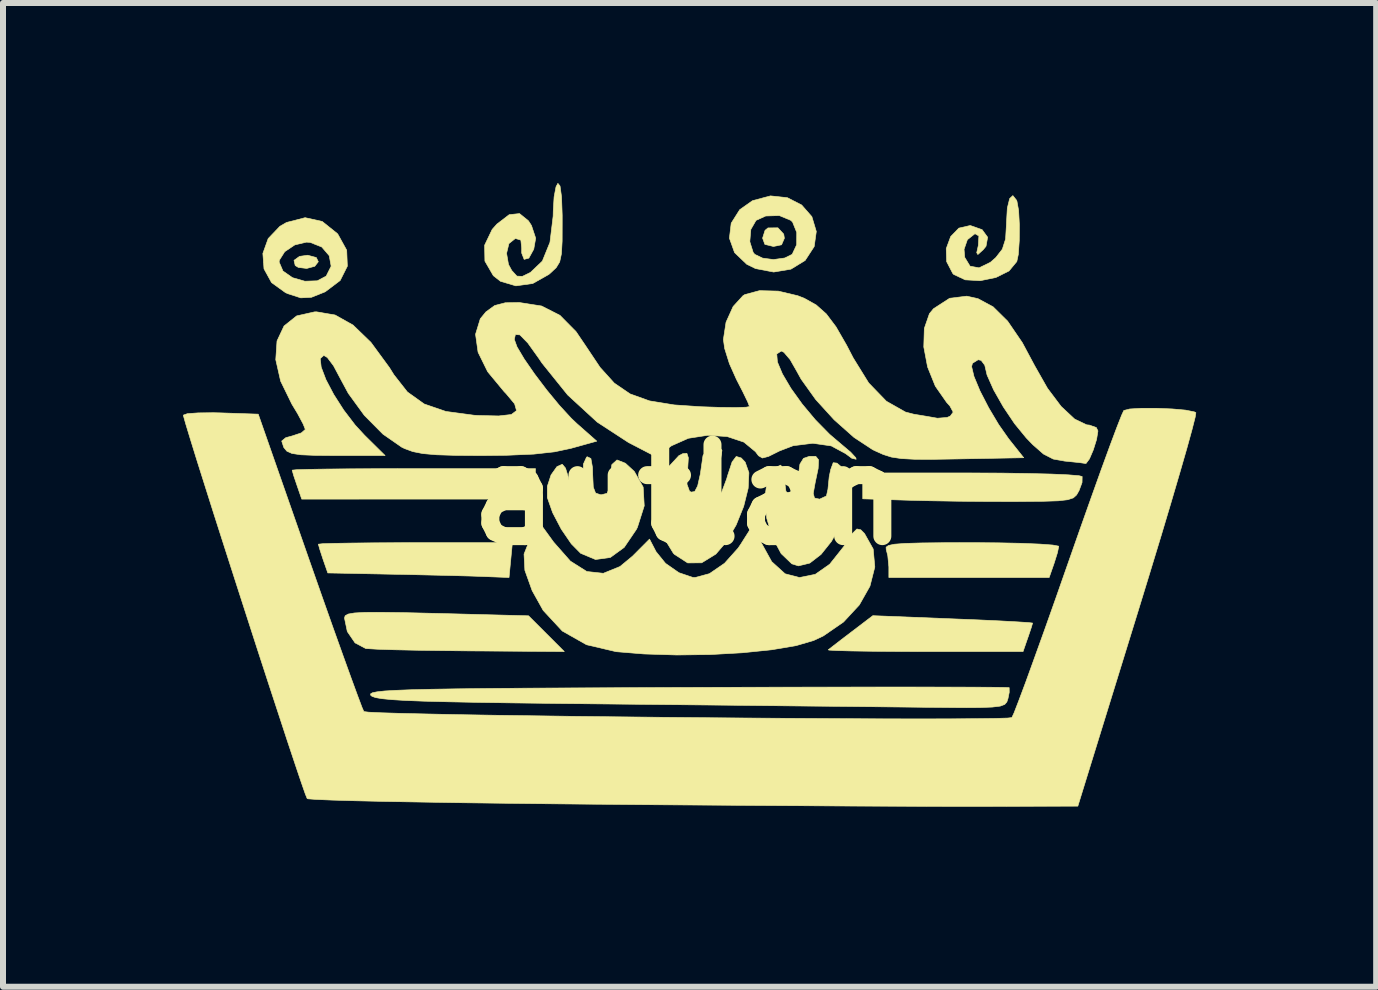
<source format=kicad_pcb>
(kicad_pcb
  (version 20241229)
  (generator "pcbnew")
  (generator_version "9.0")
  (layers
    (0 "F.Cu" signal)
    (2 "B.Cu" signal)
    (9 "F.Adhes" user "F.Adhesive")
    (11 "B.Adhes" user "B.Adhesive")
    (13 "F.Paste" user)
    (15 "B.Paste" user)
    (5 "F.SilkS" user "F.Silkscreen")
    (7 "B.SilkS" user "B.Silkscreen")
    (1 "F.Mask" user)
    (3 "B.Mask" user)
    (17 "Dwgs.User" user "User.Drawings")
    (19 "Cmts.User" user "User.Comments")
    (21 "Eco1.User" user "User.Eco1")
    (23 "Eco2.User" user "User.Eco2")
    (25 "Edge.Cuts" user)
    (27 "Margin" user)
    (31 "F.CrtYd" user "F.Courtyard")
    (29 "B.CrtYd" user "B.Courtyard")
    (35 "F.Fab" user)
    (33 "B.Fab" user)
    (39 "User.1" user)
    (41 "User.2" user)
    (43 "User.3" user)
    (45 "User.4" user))
  (footprint "autlan"
    (layer "F.Cu")
    (at 8.423 5.194)
    (property "Reference" "autlan" (at 0 0 0) (layer "F.SilkS") (effects (font (size 1.524 1.524) (thickness 0.3))))
    (attr through_hole)
    (fp_poly (pts (xy -6.203 -3.953) (xy -6.169 -3.883) (xy -6.228 -3.807) (xy -6.362 -3.771) (xy -6.502 -3.788) (xy -6.554 -3.82) (xy -6.574 -3.906) (xy -6.482 -3.972) (xy -6.346 -3.991) (xy -6.203 -3.953)) (stroke (width 0.01) (type solid)) (fill yes) (layer "F.SilkS"))
    (fp_poly (pts (xy 1.586 -4.343) (xy 1.597 -4.274) (xy 1.55 -4.165) (xy 1.415 -4.137) (xy 1.272 -4.172) (xy 1.234 -4.276) (xy 1.275 -4.406) (xy 1.324 -4.446) (xy 1.489 -4.448) (xy 1.586 -4.343)) (stroke (width 0.01) (type solid)) (fill yes) (layer "F.SilkS"))
    (fp_poly (pts (xy -2.563 -0.182) (xy -2.576 0.072) (xy -4.51 0.072) (xy -6.445 0.073) (xy -6.524 -0.156) (xy -6.579 -0.318) (xy -6.604 -0.407) (xy -6.604 -0.41) (xy -6.534 -0.417) (xy -6.338 -0.423) (xy -6.034 -0.428) (xy -5.639 -0.432) (xy -5.173 -0.434) (xy -4.653 -0.435) (xy -4.577 -0.435) (xy -2.55 -0.435) (xy -2.563 -0.182)) (stroke (width 0.01) (type solid)) (fill yes) (layer "F.SilkS"))
    (fp_poly (pts (xy -2.963 1.089) (xy -2.991 1.379) (xy -3.4 1.363) (xy -3.622 1.355) (xy -3.951 1.346) (xy -4.346 1.337) (xy -4.77 1.327) (xy -4.91 1.325) (xy -6.011 1.303) (xy -6.09 1.076) (xy -6.143 0.914) (xy -6.168 0.826) (xy -6.169 0.824) (xy -6.099 0.816) (xy -5.906 0.81) (xy -5.608 0.805) (xy -5.227 0.801) (xy -4.783 0.799) (xy -4.552 0.798) (xy -2.935 0.798) (xy -2.963 1.089)) (stroke (width 0.01) (type solid)) (fill yes) (layer "F.SilkS"))
    (fp_poly (pts (xy -4.751 1.964) (xy -4.251 1.976) (xy -4.2 1.977) (xy -2.666 2.017) (xy -2.368 2.315) (xy -2.07 2.613) (xy -3.63 2.602) (xy -4.102 2.597) (xy -4.536 2.591) (xy -4.905 2.583) (xy -5.185 2.574) (xy -5.353 2.564) (xy -5.379 2.562) (xy -5.557 2.468) (xy -5.686 2.279) (xy -5.733 2.054) (xy -5.721 2.016) (xy -5.671 1.988) (xy -5.568 1.97) (xy -5.391 1.96) (xy -5.125 1.959) (xy -4.751 1.964)) (stroke (width 0.01) (type solid)) (fill yes) (layer "F.SilkS"))
    (fp_poly (pts (xy 4.402 2.068) (xy 4.823 2.085) (xy 5.19 2.102) (xy 5.479 2.118) (xy 5.667 2.13) (xy 5.733 2.138) (xy 5.712 2.211) (xy 5.66 2.365) (xy 5.653 2.384) (xy 5.574 2.613) (xy 3.936 2.613) (xy 3.468 2.611) (xy 3.055 2.608) (xy 2.717 2.603) (xy 2.473 2.596) (xy 2.344 2.589) (xy 2.328 2.584) (xy 2.398 2.529) (xy 2.548 2.413) (xy 2.715 2.286) (xy 3.071 2.015) (xy 4.402 2.068)) (stroke (width 0.01) (type solid)) (fill yes) (layer "F.SilkS"))
    (fp_poly (pts (xy 5.152 0.801) (xy 5.54 0.809) (xy 5.853 0.822) (xy 6.069 0.838) (xy 6.165 0.856) (xy 6.169 0.86) (xy 6.147 0.966) (xy 6.093 1.139) (xy 6.089 1.15) (xy 6.009 1.379) (xy 3.338 1.379) (xy 3.338 1.203) (xy 3.32 1.015) (xy 3.294 0.913) (xy 3.292 0.874) (xy 3.332 0.845) (xy 3.432 0.824) (xy 3.608 0.811) (xy 3.879 0.803) (xy 4.262 0.799) (xy 4.709 0.798) (xy 5.152 0.801)) (stroke (width 0.01) (type solid)) (fill yes) (layer "F.SilkS"))
    (fp_poly (pts (xy 5.211 -0.361) (xy 5.659 -0.354) (xy 6.038 -0.345) (xy 6.327 -0.332) (xy 6.507 -0.317) (xy 6.559 -0.304) (xy 6.557 -0.203) (xy 6.507 -0.069) (xy 6.466 0.003) (xy 6.412 0.052) (xy 6.318 0.083) (xy 6.161 0.101) (xy 5.914 0.109) (xy 5.554 0.112) (xy 5.441 0.113) (xy 4.984 0.112) (xy 4.489 0.108) (xy 4.02 0.1) (xy 3.683 0.092) (xy 2.903 0.068) (xy 2.903 -0.363) (xy 4.713 -0.363) (xy 5.211 -0.361)) (stroke (width 0.01) (type solid)) (fill yes) (layer "F.SilkS"))
    (fp_poly (pts (xy 1.647 -4.95) (xy 1.885 -4.828) (xy 2.055 -4.634) (xy 2.129 -4.387) (xy 2.094 -4.136) (xy 1.943 -3.904) (xy 1.706 -3.759) (xy 1.418 -3.711) (xy 1.116 -3.769) (xy 0.971 -3.84) (xy 0.767 -4.035) (xy 0.702 -4.217) (xy 1.021 -4.217) (xy 1.077 -4.038) (xy 1.103 -4.006) (xy 1.234 -3.943) (xy 1.415 -3.919) (xy 1.603 -3.945) (xy 1.727 -4.006) (xy 1.802 -4.166) (xy 1.803 -4.371) (xy 1.734 -4.543) (xy 1.705 -4.572) (xy 1.513 -4.652) (xy 1.286 -4.645) (xy 1.125 -4.572) (xy 1.038 -4.421) (xy 1.021 -4.217) (xy 0.702 -4.217) (xy 0.681 -4.275) (xy 0.711 -4.525) (xy 0.853 -4.75) (xy 1.066 -4.9) (xy 1.365 -4.98) (xy 1.647 -4.95)) (stroke (width 0.01) (type solid)) (fill yes) (layer "F.SilkS"))
    (fp_poly (pts (xy -6.104 -4.554) (xy -5.851 -4.351) (xy -5.844 -4.343) (xy -5.696 -4.075) (xy -5.685 -3.809) (xy -5.805 -3.57) (xy -6.051 -3.384) (xy -6.063 -3.378) (xy -6.284 -3.29) (xy -6.462 -3.281) (xy -6.672 -3.349) (xy -6.715 -3.367) (xy -6.948 -3.535) (xy -7.074 -3.764) (xy -7.082 -3.877) (xy -6.822 -3.877) (xy -6.758 -3.728) (xy -6.599 -3.617) (xy -6.393 -3.558) (xy -6.186 -3.565) (xy -6.038 -3.643) (xy -5.955 -3.808) (xy -5.987 -3.983) (xy -6.111 -4.128) (xy -6.305 -4.205) (xy -6.368 -4.209) (xy -6.561 -4.163) (xy -6.729 -4.05) (xy -6.818 -3.909) (xy -6.822 -3.877) (xy -7.082 -3.877) (xy -7.093 -4.021) (xy -7.004 -4.269) (xy -6.808 -4.474) (xy -6.699 -4.537) (xy -6.389 -4.617) (xy -6.104 -4.554)) (stroke (width 0.01) (type solid)) (fill yes) (layer "F.SilkS"))
    (fp_poly (pts (xy -1.627 -0.604) (xy -1.6 -0.452) (xy -1.597 -0.333) (xy -1.587 -0.126) (xy -1.549 -0.028) (xy -1.466 -0.000259) (xy -1.451 0) (xy -1.356 -0.024) (xy -1.315 -0.123) (xy -1.306 -0.29) (xy -1.278 -0.502) (xy -1.192 -0.58) (xy -1.052 -0.525) (xy -0.904 -0.389) (xy -0.756 -0.128) (xy -0.738 0.185) (xy -0.851 0.541) (xy -0.87 0.579) (xy -1.072 0.877) (xy -1.303 1.045) (xy -1.55 1.079) (xy -1.797 0.976) (xy -1.953 0.818) (xy -2.12 0.574) (xy -2.264 0.299) (xy -2.353 0.047) (xy -2.353 -0.14) (xy -2.291 -0.33) (xy -2.192 -0.469) (xy -2.104 -0.508) (xy -2.05 -0.444) (xy -2 -0.284) (xy -1.987 -0.218) (xy -1.93 -0.014) (xy -1.849 0.071) (xy -1.838 0.073) (xy -1.774 0.033) (xy -1.751 -0.103) (xy -1.756 -0.265) (xy -1.752 -0.511) (xy -1.699 -0.627) (xy -1.687 -0.633) (xy -1.627 -0.604)) (stroke (width 0.01) (type solid)) (fill yes) (layer "F.SilkS"))
    (fp_poly (pts (xy 2.12 -0.64) (xy 2.167 -0.582) (xy 2.16 -0.438) (xy 2.11 -0.2) (xy 2.078 -0.022) (xy 2.099 0.055) (xy 2.183 0.073) (xy 2.185 0.073) (xy 2.298 0.02) (xy 2.323 -0.091) (xy 2.344 -0.3) (xy 2.369 -0.42) (xy 2.411 -0.534) (xy 2.474 -0.527) (xy 2.549 -0.463) (xy 2.655 -0.285) (xy 2.678 -0.045) (xy 2.631 0.23) (xy 2.527 0.512) (xy 2.382 0.776) (xy 2.208 0.994) (xy 2.02 1.139) (xy 1.831 1.185) (xy 1.721 1.151) (xy 1.543 0.98) (xy 1.4 0.713) (xy 1.304 0.395) (xy 1.269 0.074) (xy 1.306 -0.203) (xy 1.337 -0.279) (xy 1.452 -0.456) (xy 1.537 -0.494) (xy 1.587 -0.394) (xy 1.597 -0.254) (xy 1.623 -0.058) (xy 1.685 0.013) (xy 1.758 -0.036) (xy 1.814 -0.198) (xy 1.828 -0.308) (xy 1.856 -0.51) (xy 1.916 -0.607) (xy 2.014 -0.64) (xy 2.12 -0.64)) (stroke (width 0.01) (type solid)) (fill yes) (layer "F.SilkS"))
    (fp_poly (pts (xy 5.465 -4.908) (xy 5.472 -4.892) (xy 5.5 -4.737) (xy 5.513 -4.497) (xy 5.511 -4.232) (xy 5.495 -4.004) (xy 5.47 -3.886) (xy 5.34 -3.729) (xy 5.121 -3.62) (xy 4.861 -3.567) (xy 4.611 -3.581) (xy 4.42 -3.67) (xy 4.402 -3.689) (xy 4.301 -3.884) (xy 4.294 -4.101) (xy 4.368 -4.302) (xy 4.505 -4.443) (xy 4.692 -4.486) (xy 4.699 -4.485) (xy 4.892 -4.417) (xy 4.984 -4.291) (xy 4.957 -4.141) (xy 4.911 -4.084) (xy 4.821 -4.003) (xy 4.802 -4.033) (xy 4.829 -4.155) (xy 4.838 -4.312) (xy 4.773 -4.35) (xy 4.654 -4.256) (xy 4.645 -4.246) (xy 4.591 -4.09) (xy 4.602 -3.956) (xy 4.691 -3.809) (xy 4.841 -3.781) (xy 5.03 -3.873) (xy 5.12 -3.952) (xy 5.229 -4.092) (xy 5.283 -4.261) (xy 5.298 -4.515) (xy 5.298 -4.528) (xy 5.312 -4.777) (xy 5.351 -4.935) (xy 5.404 -4.985) (xy 5.465 -4.908)) (stroke (width 0.01) (type solid)) (fill yes) (layer "F.SilkS"))
    (fp_poly (pts (xy -2.141 -5.144) (xy -2.116 -4.964) (xy -2.105 -4.656) (xy -2.105 -4.546) (xy -2.106 -4.226) (xy -2.118 -4.015) (xy -2.147 -3.88) (xy -2.204 -3.786) (xy -2.298 -3.697) (xy -2.328 -3.671) (xy -2.596 -3.52) (xy -2.877 -3.481) (xy -3.134 -3.557) (xy -3.253 -3.651) (xy -3.393 -3.893) (xy -3.398 -4.158) (xy -3.272 -4.421) (xy -3.193 -4.51) (xy -2.988 -4.667) (xy -2.816 -4.685) (xy -2.668 -4.565) (xy -2.617 -4.486) (xy -2.547 -4.275) (xy -2.579 -4.092) (xy -2.661 -3.943) (xy -2.739 -3.922) (xy -2.78 -4.027) (xy -2.78 -4.109) (xy -2.794 -4.243) (xy -2.88 -4.269) (xy -2.889 -4.268) (xy -2.993 -4.185) (xy -3.032 -4.023) (xy -3 -3.837) (xy -2.946 -3.737) (xy -2.86 -3.643) (xy -2.768 -3.639) (xy -2.635 -3.704) (xy -2.436 -3.893) (xy -2.309 -4.206) (xy -2.256 -4.642) (xy -2.254 -4.731) (xy -2.24 -4.964) (xy -2.208 -5.132) (xy -2.177 -5.189) (xy -2.141 -5.144)) (stroke (width 0.01) (type solid)) (fill yes) (layer "F.SilkS"))
    (fp_poly (pts (xy 0.557 -0.74) (xy 0.539 -0.622) (xy 0.463 -0.408) (xy 0.395 -0.237) (xy 0.344 -0.059) (xy 0.365 0.038) (xy 0.367 0.039) (xy 0.465 0.055) (xy 0.551 -0.04) (xy 0.635 -0.263) (xy 0.653 -0.325) (xy 0.726 -0.547) (xy 0.795 -0.638) (xy 0.878 -0.613) (xy 0.944 -0.543) (xy 1.006 -0.367) (xy 0.994 -0.109) (xy 0.919 0.193) (xy 0.793 0.505) (xy 0.627 0.789) (xy 0.455 0.989) (xy 0.219 1.134) (xy -0.014 1.136) (xy -0.235 0.993) (xy -0.254 0.973) (xy -0.4 0.733) (xy -0.476 0.432) (xy -0.487 0.105) (xy -0.435 -0.209) (xy -0.325 -0.474) (xy -0.16 -0.652) (xy -0.095 -0.685) (xy -0.027 -0.69) (xy -0.003 -0.616) (xy -0.014 -0.432) (xy -0.017 -0.405) (xy -0.026 -0.175) (xy 0.016 -0.06) (xy 0.043 -0.044) (xy 0.103 -0.053) (xy 0.152 -0.147) (xy 0.197 -0.347) (xy 0.241 -0.653) (xy 0.315 -0.747) (xy 0.425 -0.786) (xy 0.519 -0.787) (xy 0.557 -0.74)) (stroke (width 0.01) (type solid)) (fill yes) (layer "F.SilkS"))
    (fp_poly (pts (xy 1.197 0.772) (xy 1.386 1.115) (xy 1.609 1.317) (xy 1.847 1.379) (xy 2.112 1.326) (xy 2.353 1.157) (xy 2.589 0.86) (xy 2.61 0.827) (xy 2.73 0.645) (xy 2.806 0.57) (xy 2.87 0.584) (xy 2.932 0.646) (xy 3.077 0.904) (xy 3.104 1.204) (xy 3.023 1.523) (xy 2.846 1.836) (xy 2.583 2.12) (xy 2.247 2.352) (xy 2.086 2.428) (xy 1.793 2.514) (xy 1.386 2.583) (xy 0.898 2.633) (xy 0.36 2.663) (xy -0.197 2.67) (xy -0.742 2.653) (xy -1.206 2.615) (xy -1.7 2.499) (xy -2.103 2.271) (xy -2.422 1.927) (xy -2.606 1.597) (xy -2.727 1.259) (xy -2.741 0.989) (xy -2.65 0.759) (xy -2.606 0.697) (xy -2.454 0.505) (xy -2.248 0.789) (xy -1.969 1.106) (xy -1.695 1.279) (xy -1.42 1.309) (xy -1.142 1.196) (xy -0.933 1.023) (xy -0.65 0.739) (xy -0.541 0.949) (xy -0.384 1.143) (xy -0.16 1.299) (xy 0.069 1.377) (xy 0.109 1.379) (xy 0.348 1.315) (xy 0.6 1.142) (xy 0.828 0.887) (xy 0.871 0.823) (xy 1.08 0.493) (xy 1.197 0.772)) (stroke (width 0.01) (type solid)) (fill yes) (layer "F.SilkS"))
    (fp_poly (pts (xy 3.768 3.204) (xy 4.306 3.205) (xy 4.743 3.206) (xy 5.07 3.208) (xy 5.273 3.211) (xy 5.343 3.214) (xy 5.344 3.292) (xy 5.323 3.396) (xy 5.304 3.453) (xy 5.268 3.494) (xy 5.194 3.522) (xy 5.062 3.538) (xy 4.852 3.546) (xy 4.543 3.547) (xy 4.116 3.543) (xy 3.965 3.542) (xy 3.632 3.538) (xy 3.174 3.533) (xy 2.61 3.527) (xy 1.96 3.521) (xy 1.244 3.513) (xy 0.482 3.505) (xy -0.307 3.497) (xy -1.103 3.489) (xy -1.291 3.487) (xy -2.16 3.478) (xy -2.895 3.469) (xy -3.507 3.46) (xy -4.007 3.45) (xy -4.406 3.44) (xy -4.715 3.428) (xy -4.946 3.414) (xy -5.108 3.398) (xy -5.214 3.38) (xy -5.274 3.359) (xy -5.298 3.338) (xy -5.298 3.318) (xy -5.266 3.299) (xy -5.191 3.284) (xy -5.065 3.27) (xy -4.878 3.259) (xy -4.621 3.249) (xy -4.285 3.241) (xy -3.86 3.234) (xy -3.337 3.228) (xy -2.706 3.223) (xy -1.959 3.219) (xy -1.086 3.215) (xy -0.077 3.211) (xy -0.022 3.211) (xy 0.845 3.208) (xy 1.669 3.206) (xy 2.438 3.205) (xy 3.142 3.204) (xy 3.768 3.204)) (stroke (width 0.01) (type solid)) (fill yes) (layer "F.SilkS"))
    (fp_poly (pts (xy 7.798 -1.441) (xy 8.059 -1.43) (xy 8.284 -1.41) (xy 8.428 -1.381) (xy 8.454 -1.368) (xy 8.442 -1.291) (xy 8.391 -1.09) (xy 8.305 -0.778) (xy 8.187 -0.369) (xy 8.042 0.124) (xy 7.874 0.686) (xy 7.686 1.304) (xy 7.493 1.933) (xy 6.487 5.189) (xy 4.858 5.193) (xy 4.492 5.193) (xy 3.998 5.192) (xy 3.396 5.19) (xy 2.703 5.187) (xy 1.937 5.182) (xy 1.116 5.177) (xy 0.259 5.171) (xy -0.616 5.165) (xy -1.492 5.157) (xy -1.536 5.157) (xy -2.355 5.149) (xy -3.131 5.14) (xy -3.852 5.131) (xy -4.505 5.12) (xy -5.079 5.11) (xy -5.562 5.099) (xy -5.941 5.088) (xy -6.204 5.077) (xy -6.339 5.067) (xy -6.354 5.063) (xy -6.385 4.988) (xy -6.454 4.79) (xy -6.556 4.488) (xy -6.686 4.098) (xy -6.837 3.637) (xy -7.006 3.122) (xy -7.186 2.569) (xy -7.371 1.996) (xy -7.557 1.419) (xy -7.738 0.855) (xy -7.909 0.321) (xy -8.063 -0.166) (xy -8.197 -0.59) (xy -8.303 -0.933) (xy -8.378 -1.179) (xy -8.415 -1.311) (xy -8.418 -1.327) (xy -8.351 -1.351) (xy -8.172 -1.364) (xy -7.915 -1.367) (xy -7.794 -1.364) (xy -7.17 -1.343) (xy -6.311 1.115) (xy -6.112 1.682) (xy -5.927 2.205) (xy -5.761 2.669) (xy -5.621 3.057) (xy -5.512 3.354) (xy -5.44 3.545) (xy -5.41 3.613) (xy -5.33 3.623) (xy -5.119 3.633) (xy -4.791 3.643) (xy -4.359 3.653) (xy -3.837 3.664) (xy -3.24 3.674) (xy -2.58 3.683) (xy -1.873 3.693) (xy -1.131 3.701) (xy -0.37 3.709) (xy 0.399 3.716) (xy 1.16 3.722) (xy 1.9 3.727) (xy 2.604 3.731) (xy 3.26 3.734) (xy 3.852 3.735) (xy 4.368 3.734) (xy 4.794 3.731) (xy 5.115 3.727) (xy 5.317 3.721) (xy 5.388 3.713) (xy 5.425 3.633) (xy 5.503 3.431) (xy 5.618 3.124) (xy 5.762 2.726) (xy 5.932 2.254) (xy 6.12 1.724) (xy 6.319 1.156) (xy 6.52 0.583) (xy 6.708 0.053) (xy 6.877 -0.419) (xy 7.022 -0.816) (xy 7.137 -1.123) (xy 7.216 -1.324) (xy 7.253 -1.404) (xy 7.35 -1.429) (xy 7.547 -1.441) (xy 7.798 -1.441)) (stroke (width 0.01) (type solid)) (fill yes) (layer "F.SilkS"))
    (fp_poly (pts (xy 1.496 -3.393) (xy 1.821 -3.316) (xy 1.93 -3.273) (xy 2.127 -3.163) (xy 2.295 -3.014) (xy 2.457 -2.799) (xy 2.635 -2.49) (xy 2.744 -2.28) (xy 3.002 -1.863) (xy 3.297 -1.558) (xy 3.615 -1.378) (xy 3.754 -1.342) (xy 3.966 -1.307) (xy 4.131 -1.278) (xy 4.147 -1.275) (xy 4.309 -1.288) (xy 4.362 -1.311) (xy 4.41 -1.377) (xy 4.355 -1.479) (xy 4.301 -1.539) (xy 4.112 -1.81) (xy 3.983 -2.13) (xy 3.92 -2.463) (xy 3.929 -2.772) (xy 4.014 -3.017) (xy 4.082 -3.1) (xy 4.351 -3.274) (xy 4.637 -3.309) (xy 4.824 -3.267) (xy 5.075 -3.132) (xy 5.317 -2.893) (xy 5.562 -2.534) (xy 5.767 -2.151) (xy 5.981 -1.774) (xy 6.209 -1.471) (xy 6.434 -1.261) (xy 6.635 -1.165) (xy 6.679 -1.161) (xy 6.795 -1.12) (xy 6.822 -1.063) (xy 6.799 -0.921) (xy 6.745 -0.748) (xy 6.68 -0.597) (xy 6.624 -0.522) (xy 6.615 -0.521) (xy 6.519 -0.535) (xy 6.336 -0.554) (xy 6.266 -0.561) (xy 6.077 -0.595) (xy 5.915 -0.678) (xy 5.735 -0.836) (xy 5.627 -0.948) (xy 5.433 -1.185) (xy 5.245 -1.465) (xy 5.084 -1.748) (xy 4.974 -1.996) (xy 4.936 -2.159) (xy 4.876 -2.239) (xy 4.826 -2.25) (xy 4.731 -2.191) (xy 4.717 -2.136) (xy 4.756 -1.972) (xy 4.857 -1.729) (xy 5.002 -1.448) (xy 5.168 -1.169) (xy 5.333 -0.934) (xy 5.585 -0.617) (xy 4.499 -0.597) (xy 4.075 -0.59) (xy 3.766 -0.591) (xy 3.545 -0.603) (xy 3.38 -0.628) (xy 3.244 -0.671) (xy 3.106 -0.733) (xy 3.067 -0.752) (xy 2.757 -0.956) (xy 2.427 -1.249) (xy 2.119 -1.587) (xy 1.876 -1.927) (xy 1.802 -2.061) (xy 1.693 -2.252) (xy 1.59 -2.373) (xy 1.546 -2.395) (xy 1.47 -2.346) (xy 1.481 -2.212) (xy 1.564 -2.014) (xy 1.706 -1.773) (xy 1.894 -1.511) (xy 2.114 -1.248) (xy 2.353 -1.005) (xy 2.546 -0.841) (xy 2.701 -0.71) (xy 2.787 -0.617) (xy 2.793 -0.591) (xy 2.721 -0.608) (xy 2.616 -0.686) (xy 2.378 -0.814) (xy 2.071 -0.858) (xy 1.743 -0.817) (xy 1.518 -0.731) (xy 1.333 -0.639) (xy 1.231 -0.612) (xy 1.166 -0.65) (xy 1.116 -0.717) (xy 0.922 -0.877) (xy 0.643 -0.97) (xy 0.32 -0.991) (xy -0.003 -0.941) (xy -0.284 -0.816) (xy -0.332 -0.781) (xy -0.529 -0.626) (xy -1.001 -0.871) (xy -1.521 -1.21) (xy -2.013 -1.662) (xy -2.443 -2.196) (xy -2.491 -2.268) (xy -2.678 -2.529) (xy -2.81 -2.664) (xy -2.885 -2.67) (xy -2.903 -2.588) (xy -2.858 -2.464) (xy -2.738 -2.262) (xy -2.565 -2.012) (xy -2.362 -1.744) (xy -2.15 -1.487) (xy -1.952 -1.272) (xy -1.859 -1.184) (xy -1.529 -0.893) (xy -1.961 -0.773) (xy -2.234 -0.715) (xy -2.579 -0.677) (xy -3.021 -0.658) (xy -3.449 -0.653) (xy -3.882 -0.656) (xy -4.199 -0.666) (xy -4.427 -0.686) (xy -4.594 -0.719) (xy -4.73 -0.769) (xy -4.778 -0.792) (xy -5.092 -1.01) (xy -5.403 -1.324) (xy -5.67 -1.691) (xy -5.806 -1.944) (xy -5.915 -2.149) (xy -6.019 -2.287) (xy -6.078 -2.322) (xy -6.137 -2.269) (xy -6.121 -2.126) (xy -6.042 -1.918) (xy -5.912 -1.671) (xy -5.745 -1.41) (xy -5.554 -1.16) (xy -5.399 -0.992) (xy -5.056 -0.653) (xy -5.864 -0.653) (xy -6.221 -0.656) (xy -6.46 -0.666) (xy -6.608 -0.688) (xy -6.693 -0.726) (xy -6.742 -0.785) (xy -6.746 -0.793) (xy -6.779 -0.895) (xy -6.711 -0.951) (xy -6.604 -0.98) (xy -6.451 -1.031) (xy -6.386 -1.088) (xy -6.386 -1.09) (xy -6.422 -1.18) (xy -6.514 -1.352) (xy -6.61 -1.511) (xy -6.797 -1.894) (xy -6.878 -2.251) (xy -6.857 -2.563) (xy -6.74 -2.812) (xy -6.53 -2.98) (xy -6.233 -3.047) (xy -6.199 -3.048) (xy -5.889 -2.995) (xy -5.591 -2.828) (xy -5.293 -2.54) (xy -4.985 -2.12) (xy -4.91 -2) (xy -4.684 -1.712) (xy -4.404 -1.512) (xy -4.043 -1.388) (xy -3.574 -1.325) (xy -3.511 -1.321) (xy -3.164 -1.313) (xy -2.952 -1.337) (xy -2.866 -1.402) (xy -2.898 -1.515) (xy -3.039 -1.684) (xy -3.072 -1.718) (xy -3.347 -2.05) (xy -3.507 -2.375) (xy -3.549 -2.674) (xy -3.47 -2.932) (xy -3.376 -3.047) (xy -3.23 -3.153) (xy -3.054 -3.199) (xy -2.819 -3.203) (xy -2.448 -3.145) (xy -2.143 -2.99) (xy -1.875 -2.719) (xy -1.714 -2.481) (xy -1.474 -2.122) (xy -1.237 -1.86) (xy -0.973 -1.68) (xy -0.65 -1.564) (xy -0.239 -1.497) (xy 0.198 -1.467) (xy 0.523 -1.456) (xy 0.786 -1.453) (xy 0.96 -1.459) (xy 1.016 -1.47) (xy 0.985 -1.55) (xy 0.903 -1.719) (xy 0.798 -1.923) (xy 0.681 -2.185) (xy 0.602 -2.437) (xy 0.581 -2.587) (xy 0.625 -2.875) (xy 0.743 -3.136) (xy 0.907 -3.316) (xy 0.939 -3.336) (xy 1.183 -3.401) (xy 1.496 -3.393)) (stroke (width 0.01) (type solid)) (fill yes) (layer "F.SilkS")))
  (gr_rect
    (start -3 -3)
    (end 19.881 13.392)
    (stroke (width 0.1) (type default))
    (fill no)
    (layer "Edge.Cuts")))
</source>
